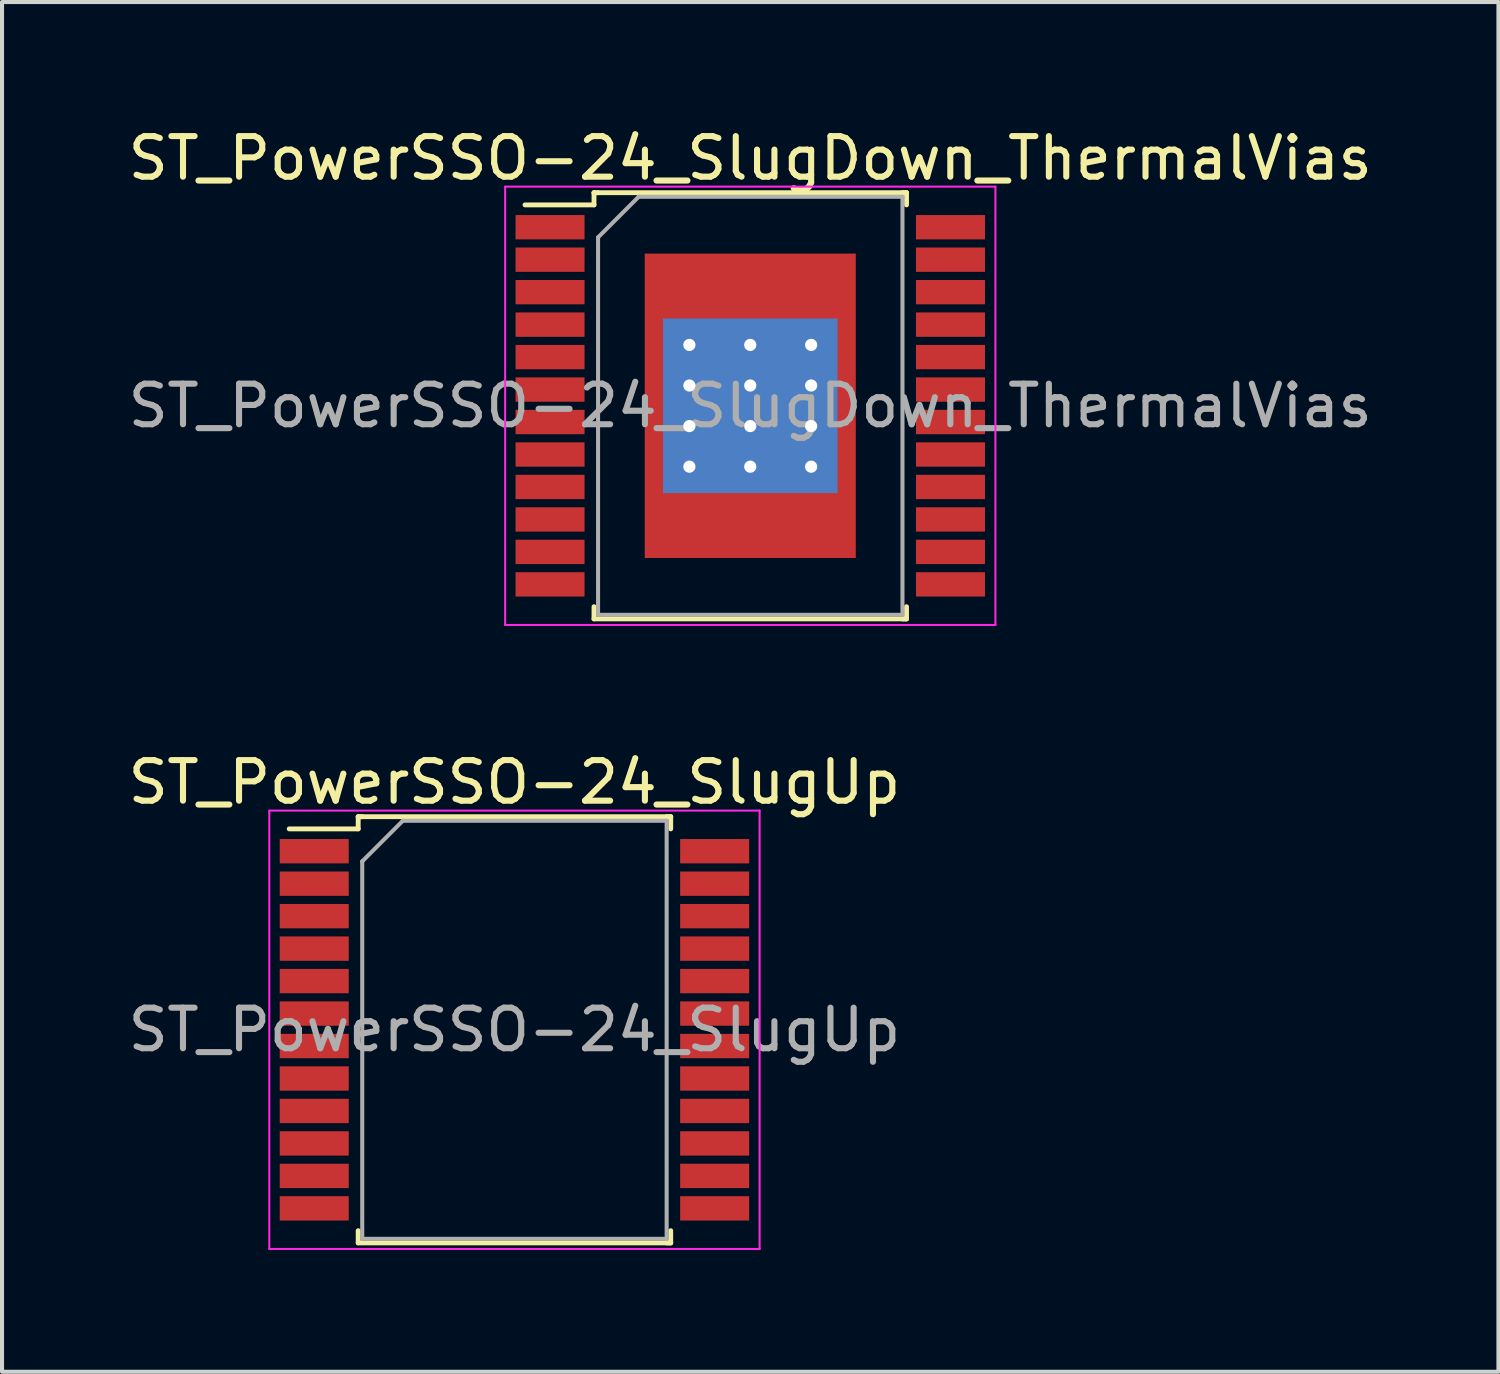
<source format=kicad_pcb>
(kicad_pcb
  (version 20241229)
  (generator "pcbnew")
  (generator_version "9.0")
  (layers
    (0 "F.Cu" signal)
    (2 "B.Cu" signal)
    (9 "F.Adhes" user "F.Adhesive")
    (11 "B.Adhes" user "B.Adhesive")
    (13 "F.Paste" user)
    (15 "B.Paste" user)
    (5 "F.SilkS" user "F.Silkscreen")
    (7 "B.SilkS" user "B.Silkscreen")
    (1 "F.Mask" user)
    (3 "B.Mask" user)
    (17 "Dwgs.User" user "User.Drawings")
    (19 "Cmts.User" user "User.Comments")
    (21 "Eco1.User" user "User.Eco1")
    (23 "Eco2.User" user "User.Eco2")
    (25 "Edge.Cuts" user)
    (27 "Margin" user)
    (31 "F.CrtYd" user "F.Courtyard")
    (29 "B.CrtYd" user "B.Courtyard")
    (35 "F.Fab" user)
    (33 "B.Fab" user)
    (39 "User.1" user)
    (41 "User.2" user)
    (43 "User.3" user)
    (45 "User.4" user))
  (footprint "ST_PowerSSO-24_SlugDown_ThermalVias"
    (layer "F.Cu")
    (at 15.435 6.948)
    (property "Reference" "ST_PowerSSO-24_SlugDown_ThermalVias" (at 0 -6.1 0) (layer "F.SilkS") (effects (font (size 1 1) (thickness 0.15))))
    (attr smd)
    (fp_line (start -3.85 -5.25) (end -3.85 -4.95) (stroke (width 0.12) (type solid)) (layer "F.SilkS"))
    (fp_line (start -3.85 -4.95) (end -5.55 -4.95) (stroke (width 0.12) (type solid)) (layer "F.SilkS"))
    (fp_line (start -3.85 5.25) (end -3.85 4.95) (stroke (width 0.12) (type solid)) (layer "F.SilkS"))
    (fp_line (start -3.75 -5.25) (end -3.85 -5.25) (stroke (width 0.12) (type solid)) (layer "F.SilkS"))
    (fp_line (start 3.75 -5.25) (end 3.85 -5.25) (stroke (width 0.12) (type solid)) (layer "F.SilkS"))
    (fp_line (start 3.75 5.25) (end 3.85 5.25) (stroke (width 0.12) (type solid)) (layer "F.SilkS"))
    (fp_line (start 3.85 -5.25) (end -3.85 -5.25) (stroke (width 0.12) (type solid)) (layer "F.SilkS"))
    (fp_line (start 3.85 -5.25) (end 3.85 -4.95) (stroke (width 0.12) (type solid)) (layer "F.SilkS"))
    (fp_line (start 3.85 5.25) (end -3.85 5.25) (stroke (width 0.12) (type solid)) (layer "F.SilkS"))
    (fp_line (start 3.85 5.25) (end 3.85 4.95) (stroke (width 0.12) (type solid)) (layer "F.SilkS"))
    (fp_line (start -6.04 -5.4) (end -6.04 5.4) (stroke (width 0.05) (type solid)) (layer "F.CrtYd"))
    (fp_line (start -6.04 -5.4) (end 6.04 -5.4) (stroke (width 0.05) (type solid)) (layer "F.CrtYd"))
    (fp_line (start 6.04 5.4) (end -6.04 5.4) (stroke (width 0.05) (type solid)) (layer "F.CrtYd"))
    (fp_line (start 6.04 5.4) (end 6.04 -5.4) (stroke (width 0.05) (type solid)) (layer "F.CrtYd"))
    (fp_line (start -3.75 -4.15) (end -3.75 5.15) (stroke (width 0.1) (type solid)) (layer "F.Fab"))
    (fp_line (start -3.75 5.15) (end 3.75 5.15) (stroke (width 0.1) (type solid)) (layer "F.Fab"))
    (fp_line (start -2.75 -5.15) (end -3.75 -4.15) (stroke (width 0.1) (type solid)) (layer "F.Fab"))
    (fp_line (start 3.75 -5.15) (end -2.75 -5.15) (stroke (width 0.1) (type solid)) (layer "F.Fab"))
    (fp_line (start 3.75 5.15) (end 3.75 -5.15) (stroke (width 0.1) (type solid)) (layer "F.Fab"))
    (fp_text user "${REFERENCE}" (at 0 0 0) (layer "F.Fab") (effects (font (size 1 1) (thickness 0.15))))
    (pad "1" smd rect (at -4.933 -4.4) (size 1.7 0.6) (layers "F.Cu" "F.Mask" "F.Paste"))
    (pad "2" smd rect (at -4.933 -3.6) (size 1.7 0.6) (layers "F.Cu" "F.Mask" "F.Paste"))
    (pad "3" smd rect (at -4.933 -2.8) (size 1.7 0.6) (layers "F.Cu" "F.Mask" "F.Paste"))
    (pad "4" smd rect (at -4.933 -2) (size 1.7 0.6) (layers "F.Cu" "F.Mask" "F.Paste"))
    (pad "5" smd rect (at -4.933 -1.2) (size 1.7 0.6) (layers "F.Cu" "F.Mask" "F.Paste"))
    (pad "6" smd rect (at -4.933 -0.4) (size 1.7 0.6) (layers "F.Cu" "F.Mask" "F.Paste"))
    (pad "7" smd rect (at -4.933 0.4) (size 1.7 0.6) (layers "F.Cu" "F.Mask" "F.Paste"))
    (pad "8" smd rect (at -4.933 1.2) (size 1.7 0.6) (layers "F.Cu" "F.Mask" "F.Paste"))
    (pad "9" smd rect (at -4.933 2) (size 1.7 0.6) (layers "F.Cu" "F.Mask" "F.Paste"))
    (pad "10" smd rect (at -4.933 2.8) (size 1.7 0.6) (layers "F.Cu" "F.Mask" "F.Paste"))
    (pad "11" smd rect (at -4.933 3.6) (size 1.7 0.6) (layers "F.Cu" "F.Mask" "F.Paste"))
    (pad "12" smd rect (at -4.933 4.4) (size 1.7 0.6) (layers "F.Cu" "F.Mask" "F.Paste"))
    (pad "13" smd rect (at 4.933 4.4) (size 1.7 0.6) (layers "F.Cu" "F.Mask" "F.Paste"))
    (pad "14" smd rect (at 4.933 3.6) (size 1.7 0.6) (layers "F.Cu" "F.Mask" "F.Paste"))
    (pad "15" smd rect (at 4.933 2.8) (size 1.7 0.6) (layers "F.Cu" "F.Mask" "F.Paste"))
    (pad "16" smd rect (at 4.933 2) (size 1.7 0.6) (layers "F.Cu" "F.Mask" "F.Paste"))
    (pad "17" smd rect (at 4.933 1.2) (size 1.7 0.6) (layers "F.Cu" "F.Mask" "F.Paste"))
    (pad "18" smd rect (at 4.933 0.4) (size 1.7 0.6) (layers "F.Cu" "F.Mask" "F.Paste"))
    (pad "19" smd rect (at 4.933 -0.4) (size 1.7 0.6) (layers "F.Cu" "F.Mask" "F.Paste"))
    (pad "20" smd rect (at 4.933 -1.2) (size 1.7 0.6) (layers "F.Cu" "F.Mask" "F.Paste"))
    (pad "21" smd rect (at 4.933 -2) (size 1.7 0.6) (layers "F.Cu" "F.Mask" "F.Paste"))
    (pad "22" smd rect (at 4.933 -2.8) (size 1.7 0.6) (layers "F.Cu" "F.Mask" "F.Paste"))
    (pad "23" smd rect (at 4.933 -3.6) (size 1.7 0.6) (layers "F.Cu" "F.Mask" "F.Paste"))
    (pad "24" smd rect (at 4.933 -4.4) (size 1.7 0.6) (layers "F.Cu" "F.Mask" "F.Paste"))
    (pad "25" thru_hole circle (at -1.5 -1.5) (size 0.7 0.7) (drill 0.3) (layers "*.Cu"))
    (pad "25" thru_hole circle (at -1.5 -0.5) (size 0.7 0.7) (drill 0.3) (layers "*.Cu"))
    (pad "25" thru_hole circle (at -1.5 0.5) (size 0.7 0.7) (drill 0.3) (layers "*.Cu"))
    (pad "25" thru_hole circle (at -1.5 1.5) (size 0.7 0.7) (drill 0.3) (layers "*.Cu"))
    (pad "25" thru_hole circle (at 0 -1.5) (size 0.7 0.7) (drill 0.3) (layers "*.Cu"))
    (pad "25" thru_hole circle (at 0 -0.5) (size 0.7 0.7) (drill 0.3) (layers "*.Cu"))
    (pad "25" smd rect (at 0 0) (size 4.3 4.3) (layers "B.Cu"))
    (pad "25" smd rect (at 0 0) (size 5.2 7.5) (layers "F.Cu" "F.Mask" "F.Paste"))
    (pad "25" thru_hole circle (at 0 0.5) (size 0.7 0.7) (drill 0.3) (layers "*.Cu"))
    (pad "25" thru_hole circle (at 0 1.5) (size 0.7 0.7) (drill 0.3) (layers "*.Cu"))
    (pad "25" thru_hole circle (at 1.5 -1.5) (size 0.7 0.7) (drill 0.3) (layers "*.Cu"))
    (pad "25" thru_hole circle (at 1.5 -0.5) (size 0.7 0.7) (drill 0.3) (layers "*.Cu"))
    (pad "25" thru_hole circle (at 1.5 0.5) (size 0.7 0.7) (drill 0.3) (layers "*.Cu"))
    (pad "25" thru_hole circle (at 1.5 1.5) (size 0.7 0.7) (drill 0.3) (layers "*.Cu")))
  (footprint "ST_PowerSSO-24_SlugUp"
    (layer "F.Cu")
    (at 9.625 22.322)
    (property "Reference" "ST_PowerSSO-24_SlugUp" (at 0 -6.1 0) (layer "F.SilkS") (effects (font (size 1 1) (thickness 0.15))))
    (attr smd)
    (fp_line (start -3.85 -5.25) (end -3.85 -4.95) (stroke (width 0.12) (type solid)) (layer "F.SilkS"))
    (fp_line (start -3.85 -4.95) (end -5.55 -4.95) (stroke (width 0.12) (type solid)) (layer "F.SilkS"))
    (fp_line (start -3.85 5.25) (end -3.85 4.95) (stroke (width 0.12) (type solid)) (layer "F.SilkS"))
    (fp_line (start -3.75 -5.25) (end -3.85 -5.25) (stroke (width 0.12) (type solid)) (layer "F.SilkS"))
    (fp_line (start 3.75 -5.25) (end 3.85 -5.25) (stroke (width 0.12) (type solid)) (layer "F.SilkS"))
    (fp_line (start 3.75 5.25) (end 3.85 5.25) (stroke (width 0.12) (type solid)) (layer "F.SilkS"))
    (fp_line (start 3.85 -5.25) (end -3.85 -5.25) (stroke (width 0.12) (type solid)) (layer "F.SilkS"))
    (fp_line (start 3.85 -5.25) (end 3.85 -4.95) (stroke (width 0.12) (type solid)) (layer "F.SilkS"))
    (fp_line (start 3.85 5.25) (end -3.85 5.25) (stroke (width 0.12) (type solid)) (layer "F.SilkS"))
    (fp_line (start 3.85 5.25) (end 3.85 4.95) (stroke (width 0.12) (type solid)) (layer "F.SilkS"))
    (fp_line (start -6.04 -5.4) (end -6.04 5.4) (stroke (width 0.05) (type solid)) (layer "F.CrtYd"))
    (fp_line (start -6.04 -5.4) (end 6.04 -5.4) (stroke (width 0.05) (type solid)) (layer "F.CrtYd"))
    (fp_line (start 6.04 5.4) (end -6.04 5.4) (stroke (width 0.05) (type solid)) (layer "F.CrtYd"))
    (fp_line (start 6.04 5.4) (end 6.04 -5.4) (stroke (width 0.05) (type solid)) (layer "F.CrtYd"))
    (fp_line (start -3.75 -4.15) (end -3.75 5.15) (stroke (width 0.1) (type solid)) (layer "F.Fab"))
    (fp_line (start -3.75 5.15) (end 3.75 5.15) (stroke (width 0.1) (type solid)) (layer "F.Fab"))
    (fp_line (start -2.75 -5.15) (end -3.75 -4.15) (stroke (width 0.1) (type solid)) (layer "F.Fab"))
    (fp_line (start 3.75 -5.15) (end -2.75 -5.15) (stroke (width 0.1) (type solid)) (layer "F.Fab"))
    (fp_line (start 3.75 5.15) (end 3.75 -5.15) (stroke (width 0.1) (type solid)) (layer "F.Fab"))
    (fp_text user "${REFERENCE}" (at 0 0 0) (layer "F.Fab") (effects (font (size 1 1) (thickness 0.15))))
    (pad "1" smd rect (at -4.933 -4.4) (size 1.7 0.6) (layers "F.Cu" "F.Mask" "F.Paste"))
    (pad "2" smd rect (at -4.933 -3.6) (size 1.7 0.6) (layers "F.Cu" "F.Mask" "F.Paste"))
    (pad "3" smd rect (at -4.933 -2.8) (size 1.7 0.6) (layers "F.Cu" "F.Mask" "F.Paste"))
    (pad "4" smd rect (at -4.933 -2) (size 1.7 0.6) (layers "F.Cu" "F.Mask" "F.Paste"))
    (pad "5" smd rect (at -4.933 -1.2) (size 1.7 0.6) (layers "F.Cu" "F.Mask" "F.Paste"))
    (pad "6" smd rect (at -4.933 -0.4) (size 1.7 0.6) (layers "F.Cu" "F.Mask" "F.Paste"))
    (pad "7" smd rect (at -4.933 0.4) (size 1.7 0.6) (layers "F.Cu" "F.Mask" "F.Paste"))
    (pad "8" smd rect (at -4.933 1.2) (size 1.7 0.6) (layers "F.Cu" "F.Mask" "F.Paste"))
    (pad "9" smd rect (at -4.933 2) (size 1.7 0.6) (layers "F.Cu" "F.Mask" "F.Paste"))
    (pad "10" smd rect (at -4.933 2.8) (size 1.7 0.6) (layers "F.Cu" "F.Mask" "F.Paste"))
    (pad "11" smd rect (at -4.933 3.6) (size 1.7 0.6) (layers "F.Cu" "F.Mask" "F.Paste"))
    (pad "12" smd rect (at -4.933 4.4) (size 1.7 0.6) (layers "F.Cu" "F.Mask" "F.Paste"))
    (pad "13" smd rect (at 4.933 4.4) (size 1.7 0.6) (layers "F.Cu" "F.Mask" "F.Paste"))
    (pad "14" smd rect (at 4.933 3.6) (size 1.7 0.6) (layers "F.Cu" "F.Mask" "F.Paste"))
    (pad "15" smd rect (at 4.933 2.8) (size 1.7 0.6) (layers "F.Cu" "F.Mask" "F.Paste"))
    (pad "16" smd rect (at 4.933 2) (size 1.7 0.6) (layers "F.Cu" "F.Mask" "F.Paste"))
    (pad "17" smd rect (at 4.933 1.2) (size 1.7 0.6) (layers "F.Cu" "F.Mask" "F.Paste"))
    (pad "18" smd rect (at 4.933 0.4) (size 1.7 0.6) (layers "F.Cu" "F.Mask" "F.Paste"))
    (pad "19" smd rect (at 4.933 -0.4) (size 1.7 0.6) (layers "F.Cu" "F.Mask" "F.Paste"))
    (pad "20" smd rect (at 4.933 -1.2) (size 1.7 0.6) (layers "F.Cu" "F.Mask" "F.Paste"))
    (pad "21" smd rect (at 4.933 -2) (size 1.7 0.6) (layers "F.Cu" "F.Mask" "F.Paste"))
    (pad "22" smd rect (at 4.933 -2.8) (size 1.7 0.6) (layers "F.Cu" "F.Mask" "F.Paste"))
    (pad "23" smd rect (at 4.933 -3.6) (size 1.7 0.6) (layers "F.Cu" "F.Mask" "F.Paste"))
    (pad "24" smd rect (at 4.933 -4.4) (size 1.7 0.6) (layers "F.Cu" "F.Mask" "F.Paste")))
  (gr_rect
    (start -3 -3)
    (end 33.869 30.747)
    (stroke (width 0.1) (type default))
    (fill no)
    (layer "Edge.Cuts")))
</source>
